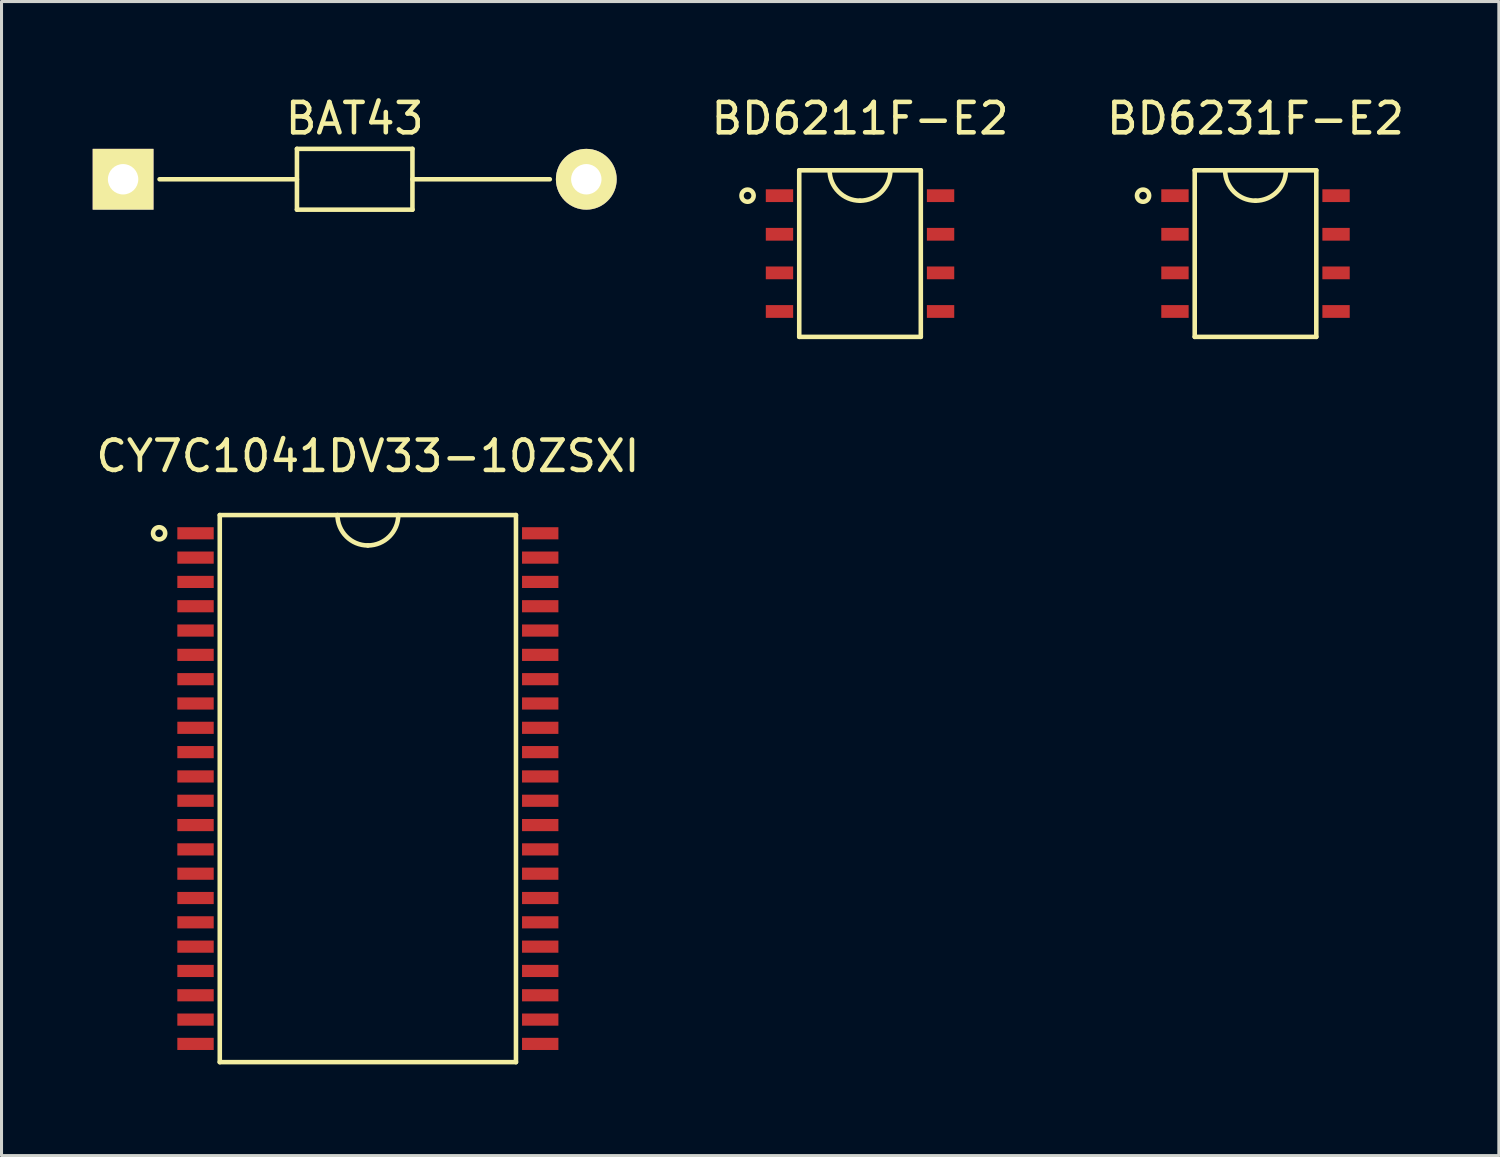
<source format=kicad_pcb>
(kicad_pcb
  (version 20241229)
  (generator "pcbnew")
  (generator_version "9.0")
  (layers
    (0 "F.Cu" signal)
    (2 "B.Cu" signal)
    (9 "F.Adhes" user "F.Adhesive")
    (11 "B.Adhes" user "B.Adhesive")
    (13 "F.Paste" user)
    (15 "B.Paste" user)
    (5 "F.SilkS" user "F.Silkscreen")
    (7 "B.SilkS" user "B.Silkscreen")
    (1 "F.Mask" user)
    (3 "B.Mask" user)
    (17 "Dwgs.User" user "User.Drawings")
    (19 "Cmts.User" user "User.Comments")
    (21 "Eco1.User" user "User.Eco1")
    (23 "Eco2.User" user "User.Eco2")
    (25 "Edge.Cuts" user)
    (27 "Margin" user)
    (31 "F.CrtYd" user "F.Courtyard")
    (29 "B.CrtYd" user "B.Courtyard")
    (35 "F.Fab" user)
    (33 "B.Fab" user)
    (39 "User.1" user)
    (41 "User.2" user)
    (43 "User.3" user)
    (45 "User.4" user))
  (footprint "BD6211F-E2"
    (layer "F.Cu")
    (at 22.596 3.388)
    (property "Reference" "BD6211F-E2" (at 2.65 -2.54 0) (layer "F.SilkS") (effects (font (size 1 1) (thickness 0.15))))
    (attr through_hole)
    (fp_line (start 0.65 -0.835) (end 4.65 -0.835) (stroke (width 0.15) (type solid)) (layer "F.SilkS"))
    (fp_line (start 0.65 4.645) (end 0.65 -0.835) (stroke (width 0.15) (type solid)) (layer "F.SilkS"))
    (fp_line (start 4.65 -0.835) (end 4.65 4.645) (stroke (width 0.15) (type solid)) (layer "F.SilkS"))
    (fp_line (start 4.65 4.645) (end 0.65 4.645) (stroke (width 0.15) (type solid)) (layer "F.SilkS"))
    (fp_arc (start 2.65 0.165) (mid 1.942893 -0.127893) (end 1.65 -0.835) (stroke (width 0.15) (type solid)) (layer "F.SilkS"))
    (fp_arc (start 3.65 -0.835) (mid 3.357107 -0.127893) (end 2.65 0.165) (stroke (width 0.15) (type solid)) (layer "F.SilkS"))
    (fp_circle (center -1.05 0) (end -1.05 0.2) (stroke (width 0.15) (type solid)) (fill no) (layer "F.SilkS"))
    (pad "1" smd rect (at 0 0) (size 0.9 0.42) (layers "F.Cu" "F.Mask" "F.Paste"))
    (pad "2" smd rect (at 0 1.27) (size 0.9 0.42) (layers "F.Cu" "F.Mask" "F.Paste"))
    (pad "3" smd rect (at 0 2.54) (size 0.9 0.42) (layers "F.Cu" "F.Mask" "F.Paste"))
    (pad "4" smd rect (at 0 3.81) (size 0.9 0.42) (layers "F.Cu" "F.Mask" "F.Paste"))
    (pad "5" smd rect (at 5.3 3.81) (size 0.9 0.42) (layers "F.Cu" "F.Mask" "F.Paste"))
    (pad "6" smd rect (at 5.3 2.54) (size 0.9 0.42) (layers "F.Cu" "F.Mask" "F.Paste"))
    (pad "7" smd rect (at 5.3 1.27) (size 0.9 0.42) (layers "F.Cu" "F.Mask" "F.Paste"))
    (pad "8" smd rect (at 5.3 0) (size 0.9 0.42) (layers "F.Cu" "F.Mask" "F.Paste")))
  (footprint "CY7C1041DV33-10ZSXI"
    (layer "F.Cu")
    (at 3.383 14.496)
    (property "Reference" "CY7C1041DV33-10ZSXI" (at 5.67 -2.54 0) (layer "F.SilkS") (effects (font (size 1 1) (thickness 0.15))))
    (attr through_hole)
    (fp_line (start 0.798 -0.6) (end 10.543 -0.6) (stroke (width 0.15) (type solid)) (layer "F.SilkS"))
    (fp_line (start 0.798 17.4) (end 0.798 -0.6) (stroke (width 0.15) (type solid)) (layer "F.SilkS"))
    (fp_line (start 10.543 -0.6) (end 10.543 17.4) (stroke (width 0.15) (type solid)) (layer "F.SilkS"))
    (fp_line (start 10.543 17.4) (end 0.798 17.4) (stroke (width 0.15) (type solid)) (layer "F.SilkS"))
    (fp_arc (start 5.6705 0.4) (mid 4.963393 0.107107) (end 4.6705 -0.6) (stroke (width 0.15) (type solid)) (layer "F.SilkS"))
    (fp_arc (start 6.6705 -0.6) (mid 6.377607 0.107107) (end 5.6705 0.4) (stroke (width 0.15) (type solid)) (layer "F.SilkS"))
    (fp_circle (center -1.198 0) (end -1.198 0.2) (stroke (width 0.15) (type solid)) (fill no) (layer "F.SilkS"))
    (pad "1" smd rect (at 0 0) (size 1.197 0.4) (layers "F.Cu" "F.Mask" "F.Paste"))
    (pad "2" smd rect (at 0 0.8) (size 1.197 0.4) (layers "F.Cu" "F.Mask" "F.Paste"))
    (pad "3" smd rect (at 0 1.6) (size 1.197 0.4) (layers "F.Cu" "F.Mask" "F.Paste"))
    (pad "4" smd rect (at 0 2.4) (size 1.197 0.4) (layers "F.Cu" "F.Mask" "F.Paste"))
    (pad "5" smd rect (at 0 3.2) (size 1.197 0.4) (layers "F.Cu" "F.Mask" "F.Paste"))
    (pad "6" smd rect (at 0 4) (size 1.197 0.4) (layers "F.Cu" "F.Mask" "F.Paste"))
    (pad "7" smd rect (at 0 4.8) (size 1.197 0.4) (layers "F.Cu" "F.Mask" "F.Paste"))
    (pad "8" smd rect (at 0 5.6) (size 1.197 0.4) (layers "F.Cu" "F.Mask" "F.Paste"))
    (pad "9" smd rect (at 0 6.4) (size 1.197 0.4) (layers "F.Cu" "F.Mask" "F.Paste"))
    (pad "10" smd rect (at 0 7.2) (size 1.197 0.4) (layers "F.Cu" "F.Mask" "F.Paste"))
    (pad "11" smd rect (at 0 8) (size 1.197 0.4) (layers "F.Cu" "F.Mask" "F.Paste"))
    (pad "12" smd rect (at 0 8.8) (size 1.197 0.4) (layers "F.Cu" "F.Mask" "F.Paste"))
    (pad "13" smd rect (at 0 9.6) (size 1.197 0.4) (layers "F.Cu" "F.Mask" "F.Paste"))
    (pad "14" smd rect (at 0 10.4) (size 1.197 0.4) (layers "F.Cu" "F.Mask" "F.Paste"))
    (pad "15" smd rect (at 0 11.2) (size 1.197 0.4) (layers "F.Cu" "F.Mask" "F.Paste"))
    (pad "16" smd rect (at 0 12) (size 1.197 0.4) (layers "F.Cu" "F.Mask" "F.Paste"))
    (pad "17" smd rect (at 0 12.8) (size 1.197 0.4) (layers "F.Cu" "F.Mask" "F.Paste"))
    (pad "18" smd rect (at 0 13.6) (size 1.197 0.4) (layers "F.Cu" "F.Mask" "F.Paste"))
    (pad "19" smd rect (at 0 14.4) (size 1.197 0.4) (layers "F.Cu" "F.Mask" "F.Paste"))
    (pad "20" smd rect (at 0 15.2) (size 1.197 0.4) (layers "F.Cu" "F.Mask" "F.Paste"))
    (pad "21" smd rect (at 0 16) (size 1.197 0.4) (layers "F.Cu" "F.Mask" "F.Paste"))
    (pad "22" smd rect (at 0 16.8) (size 1.197 0.4) (layers "F.Cu" "F.Mask" "F.Paste"))
    (pad "23" smd rect (at 11.341 16.8) (size 1.197 0.4) (layers "F.Cu" "F.Mask" "F.Paste"))
    (pad "24" smd rect (at 11.341 16) (size 1.197 0.4) (layers "F.Cu" "F.Mask" "F.Paste"))
    (pad "25" smd rect (at 11.341 15.2) (size 1.197 0.4) (layers "F.Cu" "F.Mask" "F.Paste"))
    (pad "26" smd rect (at 11.341 14.4) (size 1.197 0.4) (layers "F.Cu" "F.Mask" "F.Paste"))
    (pad "27" smd rect (at 11.341 13.6) (size 1.197 0.4) (layers "F.Cu" "F.Mask" "F.Paste"))
    (pad "28" smd rect (at 11.341 12.8) (size 1.197 0.4) (layers "F.Cu" "F.Mask" "F.Paste"))
    (pad "29" smd rect (at 11.341 12) (size 1.197 0.4) (layers "F.Cu" "F.Mask" "F.Paste"))
    (pad "30" smd rect (at 11.341 11.2) (size 1.197 0.4) (layers "F.Cu" "F.Mask" "F.Paste"))
    (pad "31" smd rect (at 11.341 10.4) (size 1.197 0.4) (layers "F.Cu" "F.Mask" "F.Paste"))
    (pad "32" smd rect (at 11.341 9.6) (size 1.197 0.4) (layers "F.Cu" "F.Mask" "F.Paste"))
    (pad "33" smd rect (at 11.341 8.8) (size 1.197 0.4) (layers "F.Cu" "F.Mask" "F.Paste"))
    (pad "34" smd rect (at 11.341 8) (size 1.197 0.4) (layers "F.Cu" "F.Mask" "F.Paste"))
    (pad "35" smd rect (at 11.341 7.2) (size 1.197 0.4) (layers "F.Cu" "F.Mask" "F.Paste"))
    (pad "36" smd rect (at 11.341 6.4) (size 1.197 0.4) (layers "F.Cu" "F.Mask" "F.Paste"))
    (pad "37" smd rect (at 11.341 5.6) (size 1.197 0.4) (layers "F.Cu" "F.Mask" "F.Paste"))
    (pad "38" smd rect (at 11.341 4.8) (size 1.197 0.4) (layers "F.Cu" "F.Mask" "F.Paste"))
    (pad "39" smd rect (at 11.341 4) (size 1.197 0.4) (layers "F.Cu" "F.Mask" "F.Paste"))
    (pad "40" smd rect (at 11.341 3.2) (size 1.197 0.4) (layers "F.Cu" "F.Mask" "F.Paste"))
    (pad "41" smd rect (at 11.341 2.4) (size 1.197 0.4) (layers "F.Cu" "F.Mask" "F.Paste"))
    (pad "42" smd rect (at 11.341 1.6) (size 1.197 0.4) (layers "F.Cu" "F.Mask" "F.Paste"))
    (pad "43" smd rect (at 11.341 0.8) (size 1.197 0.4) (layers "F.Cu" "F.Mask" "F.Paste"))
    (pad "44" smd rect (at 11.341 0) (size 1.197 0.4) (layers "F.Cu" "F.Mask" "F.Paste")))
  (footprint "BAT43"
    (layer "F.Cu")
    (at 1 2.848)
    (property "Reference" "BAT43" (at 7.62 -2 0) (layer "F.SilkS") (effects (font (size 1 1) (thickness 0.15))))
    (attr through_hole)
    (fp_line (start 1.2 0) (end 5.72 0) (stroke (width 0.15) (type solid)) (layer "F.SilkS"))
    (fp_line (start 5.72 -1) (end 5.72 1) (stroke (width 0.15) (type solid)) (layer "F.SilkS"))
    (fp_line (start 5.72 -1) (end 9.52 -1) (stroke (width 0.15) (type solid)) (layer "F.SilkS"))
    (fp_line (start 5.72 1) (end 9.52 1) (stroke (width 0.15) (type solid)) (layer "F.SilkS"))
    (fp_line (start 9.52 0) (end 14.04 0) (stroke (width 0.15) (type solid)) (layer "F.SilkS"))
    (fp_line (start 9.52 1) (end 9.52 -1) (stroke (width 0.15) (type solid)) (layer "F.SilkS"))
    (pad "1" thru_hole rect (at 0 0) (size 2 2) (drill 1) (layers "*.Cu" "*.Mask" "F.SilkS"))
    (pad "2" thru_hole circle (at 15.24 0) (size 2 2) (drill 1) (layers "*.Cu" "*.Mask" "F.SilkS")))
  (footprint "BD6231F-E2"
    (layer "F.Cu")
    (at 35.608 3.388)
    (property "Reference" "BD6231F-E2" (at 2.65 -2.54 0) (layer "F.SilkS") (effects (font (size 1 1) (thickness 0.15))))
    (attr through_hole)
    (fp_line (start 0.65 -0.835) (end 4.65 -0.835) (stroke (width 0.15) (type solid)) (layer "F.SilkS"))
    (fp_line (start 0.65 4.645) (end 0.65 -0.835) (stroke (width 0.15) (type solid)) (layer "F.SilkS"))
    (fp_line (start 4.65 -0.835) (end 4.65 4.645) (stroke (width 0.15) (type solid)) (layer "F.SilkS"))
    (fp_line (start 4.65 4.645) (end 0.65 4.645) (stroke (width 0.15) (type solid)) (layer "F.SilkS"))
    (fp_arc (start 2.65 0.165) (mid 1.942893 -0.127893) (end 1.65 -0.835) (stroke (width 0.15) (type solid)) (layer "F.SilkS"))
    (fp_arc (start 3.65 -0.835) (mid 3.357107 -0.127893) (end 2.65 0.165) (stroke (width 0.15) (type solid)) (layer "F.SilkS"))
    (fp_circle (center -1.05 0) (end -1.05 0.2) (stroke (width 0.15) (type solid)) (fill no) (layer "F.SilkS"))
    (pad "1" smd rect (at 0 0) (size 0.9 0.42) (layers "F.Cu" "F.Mask" "F.Paste"))
    (pad "2" smd rect (at 0 1.27) (size 0.9 0.42) (layers "F.Cu" "F.Mask" "F.Paste"))
    (pad "3" smd rect (at 0 2.54) (size 0.9 0.42) (layers "F.Cu" "F.Mask" "F.Paste"))
    (pad "4" smd rect (at 0 3.81) (size 0.9 0.42) (layers "F.Cu" "F.Mask" "F.Paste"))
    (pad "5" smd rect (at 5.3 3.81) (size 0.9 0.42) (layers "F.Cu" "F.Mask" "F.Paste"))
    (pad "6" smd rect (at 5.3 2.54) (size 0.9 0.42) (layers "F.Cu" "F.Mask" "F.Paste"))
    (pad "7" smd rect (at 5.3 1.27) (size 0.9 0.42) (layers "F.Cu" "F.Mask" "F.Paste"))
    (pad "8" smd rect (at 5.3 0) (size 0.9 0.42) (layers "F.Cu" "F.Mask" "F.Paste")))
  (gr_rect
    (start -3 -3)
    (end 46.264 34.971)
    (stroke (width 0.1) (type default))
    (fill no)
    (layer "Edge.Cuts")))
</source>
